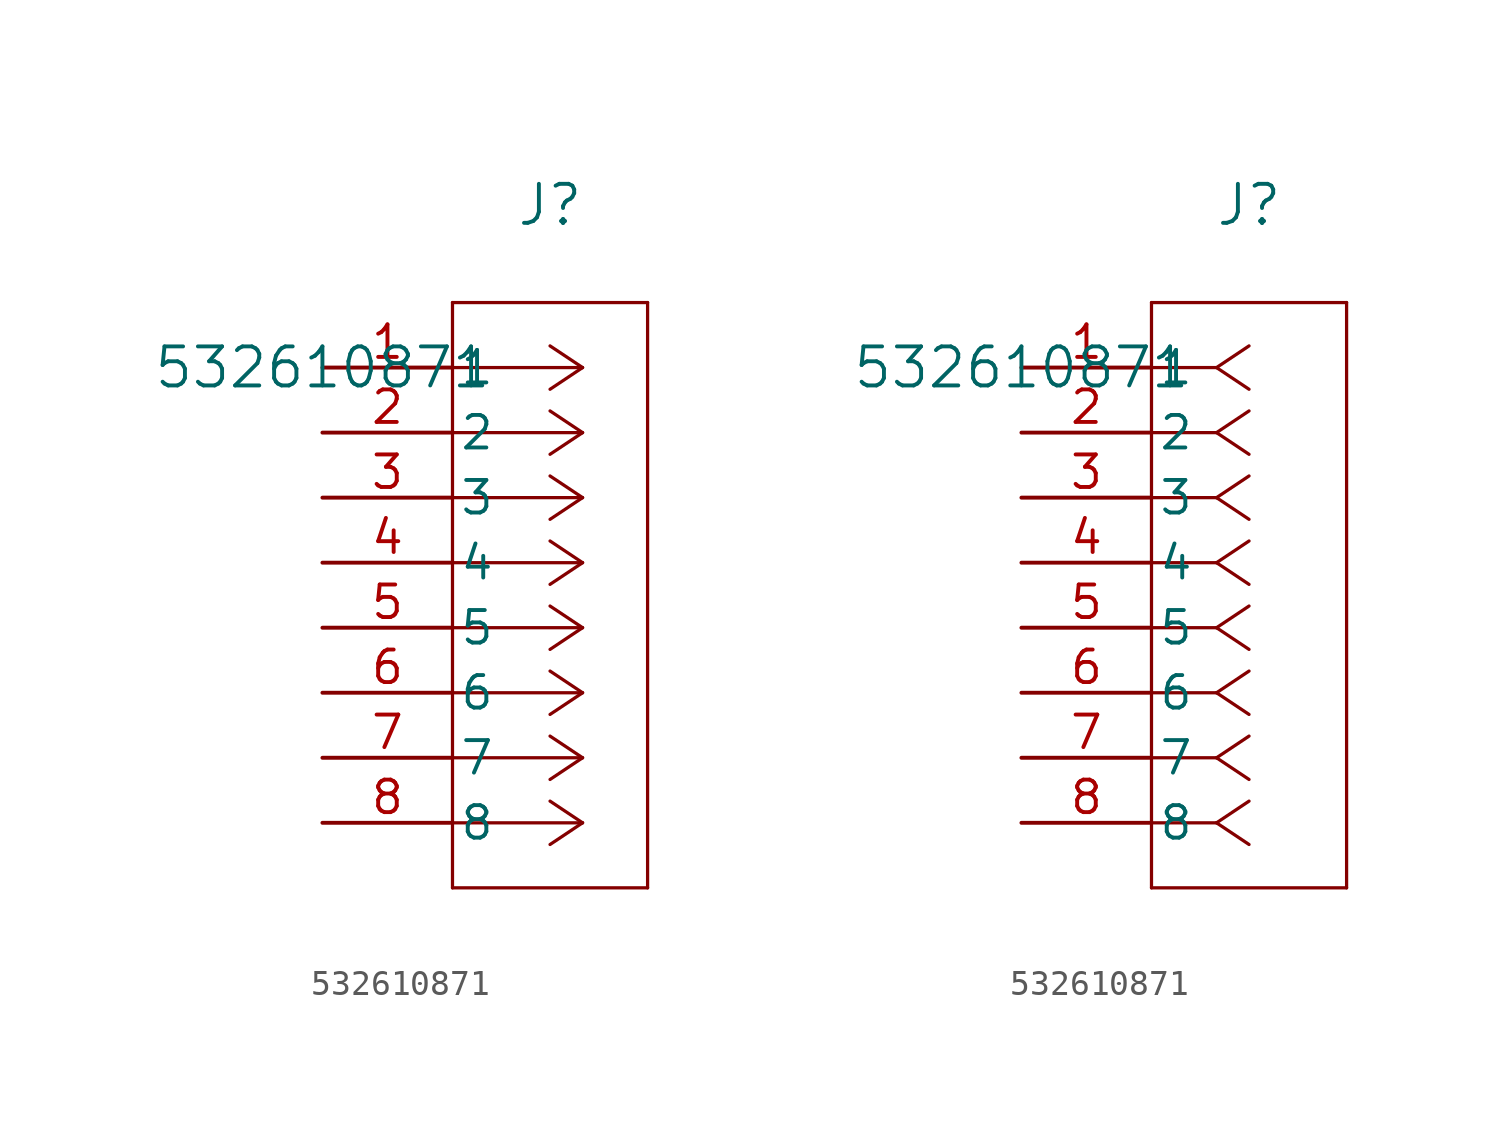
<source format=kicad_sym>
(kicad_symbol_lib
  (version 20211014)
  (generator kicad_symbol_editor)
  (symbol "532610871"
    (pin_names
      (offset 0.254))
    (property "Reference" "J"
      (at 8.89 6.35 0)
      (effects (font (size 1.524 1.524))))
    (property "Value" "532610871"
      (at 0 0 0)
      (effects (font (size 1.524 1.524))))
    (symbol "532610871_1_1"
      (polyline (pts (xy 10.16 0) (xy 5.08 0)) (stroke (width 0.127) (type default) (color 0 0 0 0)) (fill (type none)))
      (polyline (pts (xy 10.16 -2.54) (xy 5.08 -2.54)) (stroke (width 0.127) (type default) (color 0 0 0 0)) (fill (type none)))
      (polyline (pts (xy 10.16 -5.08) (xy 5.08 -5.08)) (stroke (width 0.127) (type default) (color 0 0 0 0)) (fill (type none)))
      (polyline (pts (xy 10.16 -7.62) (xy 5.08 -7.62)) (stroke (width 0.127) (type default) (color 0 0 0 0)) (fill (type none)))
      (polyline (pts (xy 10.16 -10.16) (xy 5.08 -10.16)) (stroke (width 0.127) (type default) (color 0 0 0 0)) (fill (type none)))
      (polyline (pts (xy 10.16 -12.7) (xy 5.08 -12.7)) (stroke (width 0.127) (type default) (color 0 0 0 0)) (fill (type none)))
      (polyline (pts (xy 10.16 -15.24) (xy 5.08 -15.24)) (stroke (width 0.127) (type default) (color 0 0 0 0)) (fill (type none)))
      (polyline (pts (xy 10.16 -17.78) (xy 5.08 -17.78)) (stroke (width 0.127) (type default) (color 0 0 0 0)) (fill (type none)))
      (polyline (pts (xy 10.16 0) (xy 8.89 0.847)) (stroke (width 0.127) (type default) (color 0 0 0 0)) (fill (type none)))
      (polyline (pts (xy 10.16 -2.54) (xy 8.89 -1.693)) (stroke (width 0.127) (type default) (color 0 0 0 0)) (fill (type none)))
      (polyline (pts (xy 10.16 -5.08) (xy 8.89 -4.233)) (stroke (width 0.127) (type default) (color 0 0 0 0)) (fill (type none)))
      (polyline (pts (xy 10.16 -7.62) (xy 8.89 -6.773)) (stroke (width 0.127) (type default) (color 0 0 0 0)) (fill (type none)))
      (polyline (pts (xy 10.16 -10.16) (xy 8.89 -9.313)) (stroke (width 0.127) (type default) (color 0 0 0 0)) (fill (type none)))
      (polyline (pts (xy 10.16 -12.7) (xy 8.89 -11.853)) (stroke (width 0.127) (type default) (color 0 0 0 0)) (fill (type none)))
      (polyline (pts (xy 10.16 -15.24) (xy 8.89 -14.393)) (stroke (width 0.127) (type default) (color 0 0 0 0)) (fill (type none)))
      (polyline (pts (xy 10.16 -17.78) (xy 8.89 -16.933)) (stroke (width 0.127) (type default) (color 0 0 0 0)) (fill (type none)))
      (polyline (pts (xy 10.16 0) (xy 8.89 -0.847)) (stroke (width 0.127) (type default) (color 0 0 0 0)) (fill (type none)))
      (polyline (pts (xy 10.16 -2.54) (xy 8.89 -3.387)) (stroke (width 0.127) (type default) (color 0 0 0 0)) (fill (type none)))
      (polyline (pts (xy 10.16 -5.08) (xy 8.89 -5.927)) (stroke (width 0.127) (type default) (color 0 0 0 0)) (fill (type none)))
      (polyline (pts (xy 10.16 -7.62) (xy 8.89 -8.467)) (stroke (width 0.127) (type default) (color 0 0 0 0)) (fill (type none)))
      (polyline (pts (xy 10.16 -10.16) (xy 8.89 -11.007)) (stroke (width 0.127) (type default) (color 0 0 0 0)) (fill (type none)))
      (polyline (pts (xy 10.16 -12.7) (xy 8.89 -13.547)) (stroke (width 0.127) (type default) (color 0 0 0 0)) (fill (type none)))
      (polyline (pts (xy 10.16 -15.24) (xy 8.89 -16.087)) (stroke (width 0.127) (type default) (color 0 0 0 0)) (fill (type none)))
      (polyline (pts (xy 10.16 -17.78) (xy 8.89 -18.627)) (stroke (width 0.127) (type default) (color 0 0 0 0)) (fill (type none)))
      (polyline (pts (xy 5.08 2.54) (xy 5.08 -20.32)) (stroke (width 0.127) (type default) (color 0 0 0 0)) (fill (type none)))
      (polyline (pts (xy 5.08 -20.32) (xy 12.7 -20.32)) (stroke (width 0.127) (type default) (color 0 0 0 0)) (fill (type none)))
      (polyline (pts (xy 12.7 -20.32) (xy 12.7 2.54)) (stroke (width 0.127) (type default) (color 0 0 0 0)) (fill (type none)))
      (polyline (pts (xy 12.7 2.54) (xy 5.08 2.54)) (stroke (width 0.127) (type default) (color 0 0 0 0)) (fill (type none)))
      (pin unspecified line (at 0 0 0) (length 5.08) (name "1" (effects (font (size 1.27 1.27)))) (number "1" (effects (font (size 1.27 1.27)))))
      (pin unspecified line (at 0 -2.54 0) (length 5.08) (name "2" (effects (font (size 1.27 1.27)))) (number "2" (effects (font (size 1.27 1.27)))))
      (pin unspecified line (at 0 -5.08 0) (length 5.08) (name "3" (effects (font (size 1.27 1.27)))) (number "3" (effects (font (size 1.27 1.27)))))
      (pin unspecified line (at 0 -7.62 0) (length 5.08) (name "4" (effects (font (size 1.27 1.27)))) (number "4" (effects (font (size 1.27 1.27)))))
      (pin unspecified line (at 0 -10.16 0) (length 5.08) (name "5" (effects (font (size 1.27 1.27)))) (number "5" (effects (font (size 1.27 1.27)))))
      (pin unspecified line (at 0 -12.7 0) (length 5.08) (name "6" (effects (font (size 1.27 1.27)))) (number "6" (effects (font (size 1.27 1.27)))))
      (pin unspecified line (at 0 -15.24 0) (length 5.08) (name "7" (effects (font (size 1.27 1.27)))) (number "7" (effects (font (size 1.27 1.27)))))
      (pin unspecified line (at 0 -17.78 0) (length 5.08) (name "8" (effects (font (size 1.27 1.27)))) (number "8" (effects (font (size 1.27 1.27))))))
    (symbol "532610871_1_2"
      (polyline (pts (xy 7.62 0) (xy 5.08 0)) (stroke (width 0.127) (type default) (color 0 0 0 0)) (fill (type none)))
      (polyline (pts (xy 7.62 -2.54) (xy 5.08 -2.54)) (stroke (width 0.127) (type default) (color 0 0 0 0)) (fill (type none)))
      (polyline (pts (xy 7.62 -5.08) (xy 5.08 -5.08)) (stroke (width 0.127) (type default) (color 0 0 0 0)) (fill (type none)))
      (polyline (pts (xy 7.62 -7.62) (xy 5.08 -7.62)) (stroke (width 0.127) (type default) (color 0 0 0 0)) (fill (type none)))
      (polyline (pts (xy 7.62 -10.16) (xy 5.08 -10.16)) (stroke (width 0.127) (type default) (color 0 0 0 0)) (fill (type none)))
      (polyline (pts (xy 7.62 -12.7) (xy 5.08 -12.7)) (stroke (width 0.127) (type default) (color 0 0 0 0)) (fill (type none)))
      (polyline (pts (xy 7.62 -15.24) (xy 5.08 -15.24)) (stroke (width 0.127) (type default) (color 0 0 0 0)) (fill (type none)))
      (polyline (pts (xy 7.62 -17.78) (xy 5.08 -17.78)) (stroke (width 0.127) (type default) (color 0 0 0 0)) (fill (type none)))
      (polyline (pts (xy 7.62 0) (xy 8.89 0.847)) (stroke (width 0.127) (type default) (color 0 0 0 0)) (fill (type none)))
      (polyline (pts (xy 7.62 -2.54) (xy 8.89 -1.693)) (stroke (width 0.127) (type default) (color 0 0 0 0)) (fill (type none)))
      (polyline (pts (xy 7.62 -5.08) (xy 8.89 -4.233)) (stroke (width 0.127) (type default) (color 0 0 0 0)) (fill (type none)))
      (polyline (pts (xy 7.62 -7.62) (xy 8.89 -6.773)) (stroke (width 0.127) (type default) (color 0 0 0 0)) (fill (type none)))
      (polyline (pts (xy 7.62 -10.16) (xy 8.89 -9.313)) (stroke (width 0.127) (type default) (color 0 0 0 0)) (fill (type none)))
      (polyline (pts (xy 7.62 -12.7) (xy 8.89 -11.853)) (stroke (width 0.127) (type default) (color 0 0 0 0)) (fill (type none)))
      (polyline (pts (xy 7.62 -15.24) (xy 8.89 -14.393)) (stroke (width 0.127) (type default) (color 0 0 0 0)) (fill (type none)))
      (polyline (pts (xy 7.62 -17.78) (xy 8.89 -16.933)) (stroke (width 0.127) (type default) (color 0 0 0 0)) (fill (type none)))
      (polyline (pts (xy 7.62 0) (xy 8.89 -0.847)) (stroke (width 0.127) (type default) (color 0 0 0 0)) (fill (type none)))
      (polyline (pts (xy 7.62 -2.54) (xy 8.89 -3.387)) (stroke (width 0.127) (type default) (color 0 0 0 0)) (fill (type none)))
      (polyline (pts (xy 7.62 -5.08) (xy 8.89 -5.927)) (stroke (width 0.127) (type default) (color 0 0 0 0)) (fill (type none)))
      (polyline (pts (xy 7.62 -7.62) (xy 8.89 -8.467)) (stroke (width 0.127) (type default) (color 0 0 0 0)) (fill (type none)))
      (polyline (pts (xy 7.62 -10.16) (xy 8.89 -11.007)) (stroke (width 0.127) (type default) (color 0 0 0 0)) (fill (type none)))
      (polyline (pts (xy 7.62 -12.7) (xy 8.89 -13.547)) (stroke (width 0.127) (type default) (color 0 0 0 0)) (fill (type none)))
      (polyline (pts (xy 7.62 -15.24) (xy 8.89 -16.087)) (stroke (width 0.127) (type default) (color 0 0 0 0)) (fill (type none)))
      (polyline (pts (xy 7.62 -17.78) (xy 8.89 -18.627)) (stroke (width 0.127) (type default) (color 0 0 0 0)) (fill (type none)))
      (polyline (pts (xy 5.08 2.54) (xy 5.08 -20.32)) (stroke (width 0.127) (type default) (color 0 0 0 0)) (fill (type none)))
      (polyline (pts (xy 5.08 -20.32) (xy 12.7 -20.32)) (stroke (width 0.127) (type default) (color 0 0 0 0)) (fill (type none)))
      (polyline (pts (xy 12.7 -20.32) (xy 12.7 2.54)) (stroke (width 0.127) (type default) (color 0 0 0 0)) (fill (type none)))
      (polyline (pts (xy 12.7 2.54) (xy 5.08 2.54)) (stroke (width 0.127) (type default) (color 0 0 0 0)) (fill (type none)))
      (pin unspecified line (at 0 0 0) (length 5.08) (name "1" (effects (font (size 1.27 1.27)))) (number "1" (effects (font (size 1.27 1.27)))))
      (pin unspecified line (at 0 -2.54 0) (length 5.08) (name "2" (effects (font (size 1.27 1.27)))) (number "2" (effects (font (size 1.27 1.27)))))
      (pin unspecified line (at 0 -5.08 0) (length 5.08) (name "3" (effects (font (size 1.27 1.27)))) (number "3" (effects (font (size 1.27 1.27)))))
      (pin unspecified line (at 0 -7.62 0) (length 5.08) (name "4" (effects (font (size 1.27 1.27)))) (number "4" (effects (font (size 1.27 1.27)))))
      (pin unspecified line (at 0 -10.16 0) (length 5.08) (name "5" (effects (font (size 1.27 1.27)))) (number "5" (effects (font (size 1.27 1.27)))))
      (pin unspecified line (at 0 -12.7 0) (length 5.08) (name "6" (effects (font (size 1.27 1.27)))) (number "6" (effects (font (size 1.27 1.27)))))
      (pin unspecified line (at 0 -15.24 0) (length 5.08) (name "7" (effects (font (size 1.27 1.27)))) (number "7" (effects (font (size 1.27 1.27)))))
      (pin unspecified line (at 0 -17.78 0) (length 5.08) (name "8" (effects (font (size 1.27 1.27)))) (number "8" (effects (font (size 1.27 1.27))))))))
</source>
